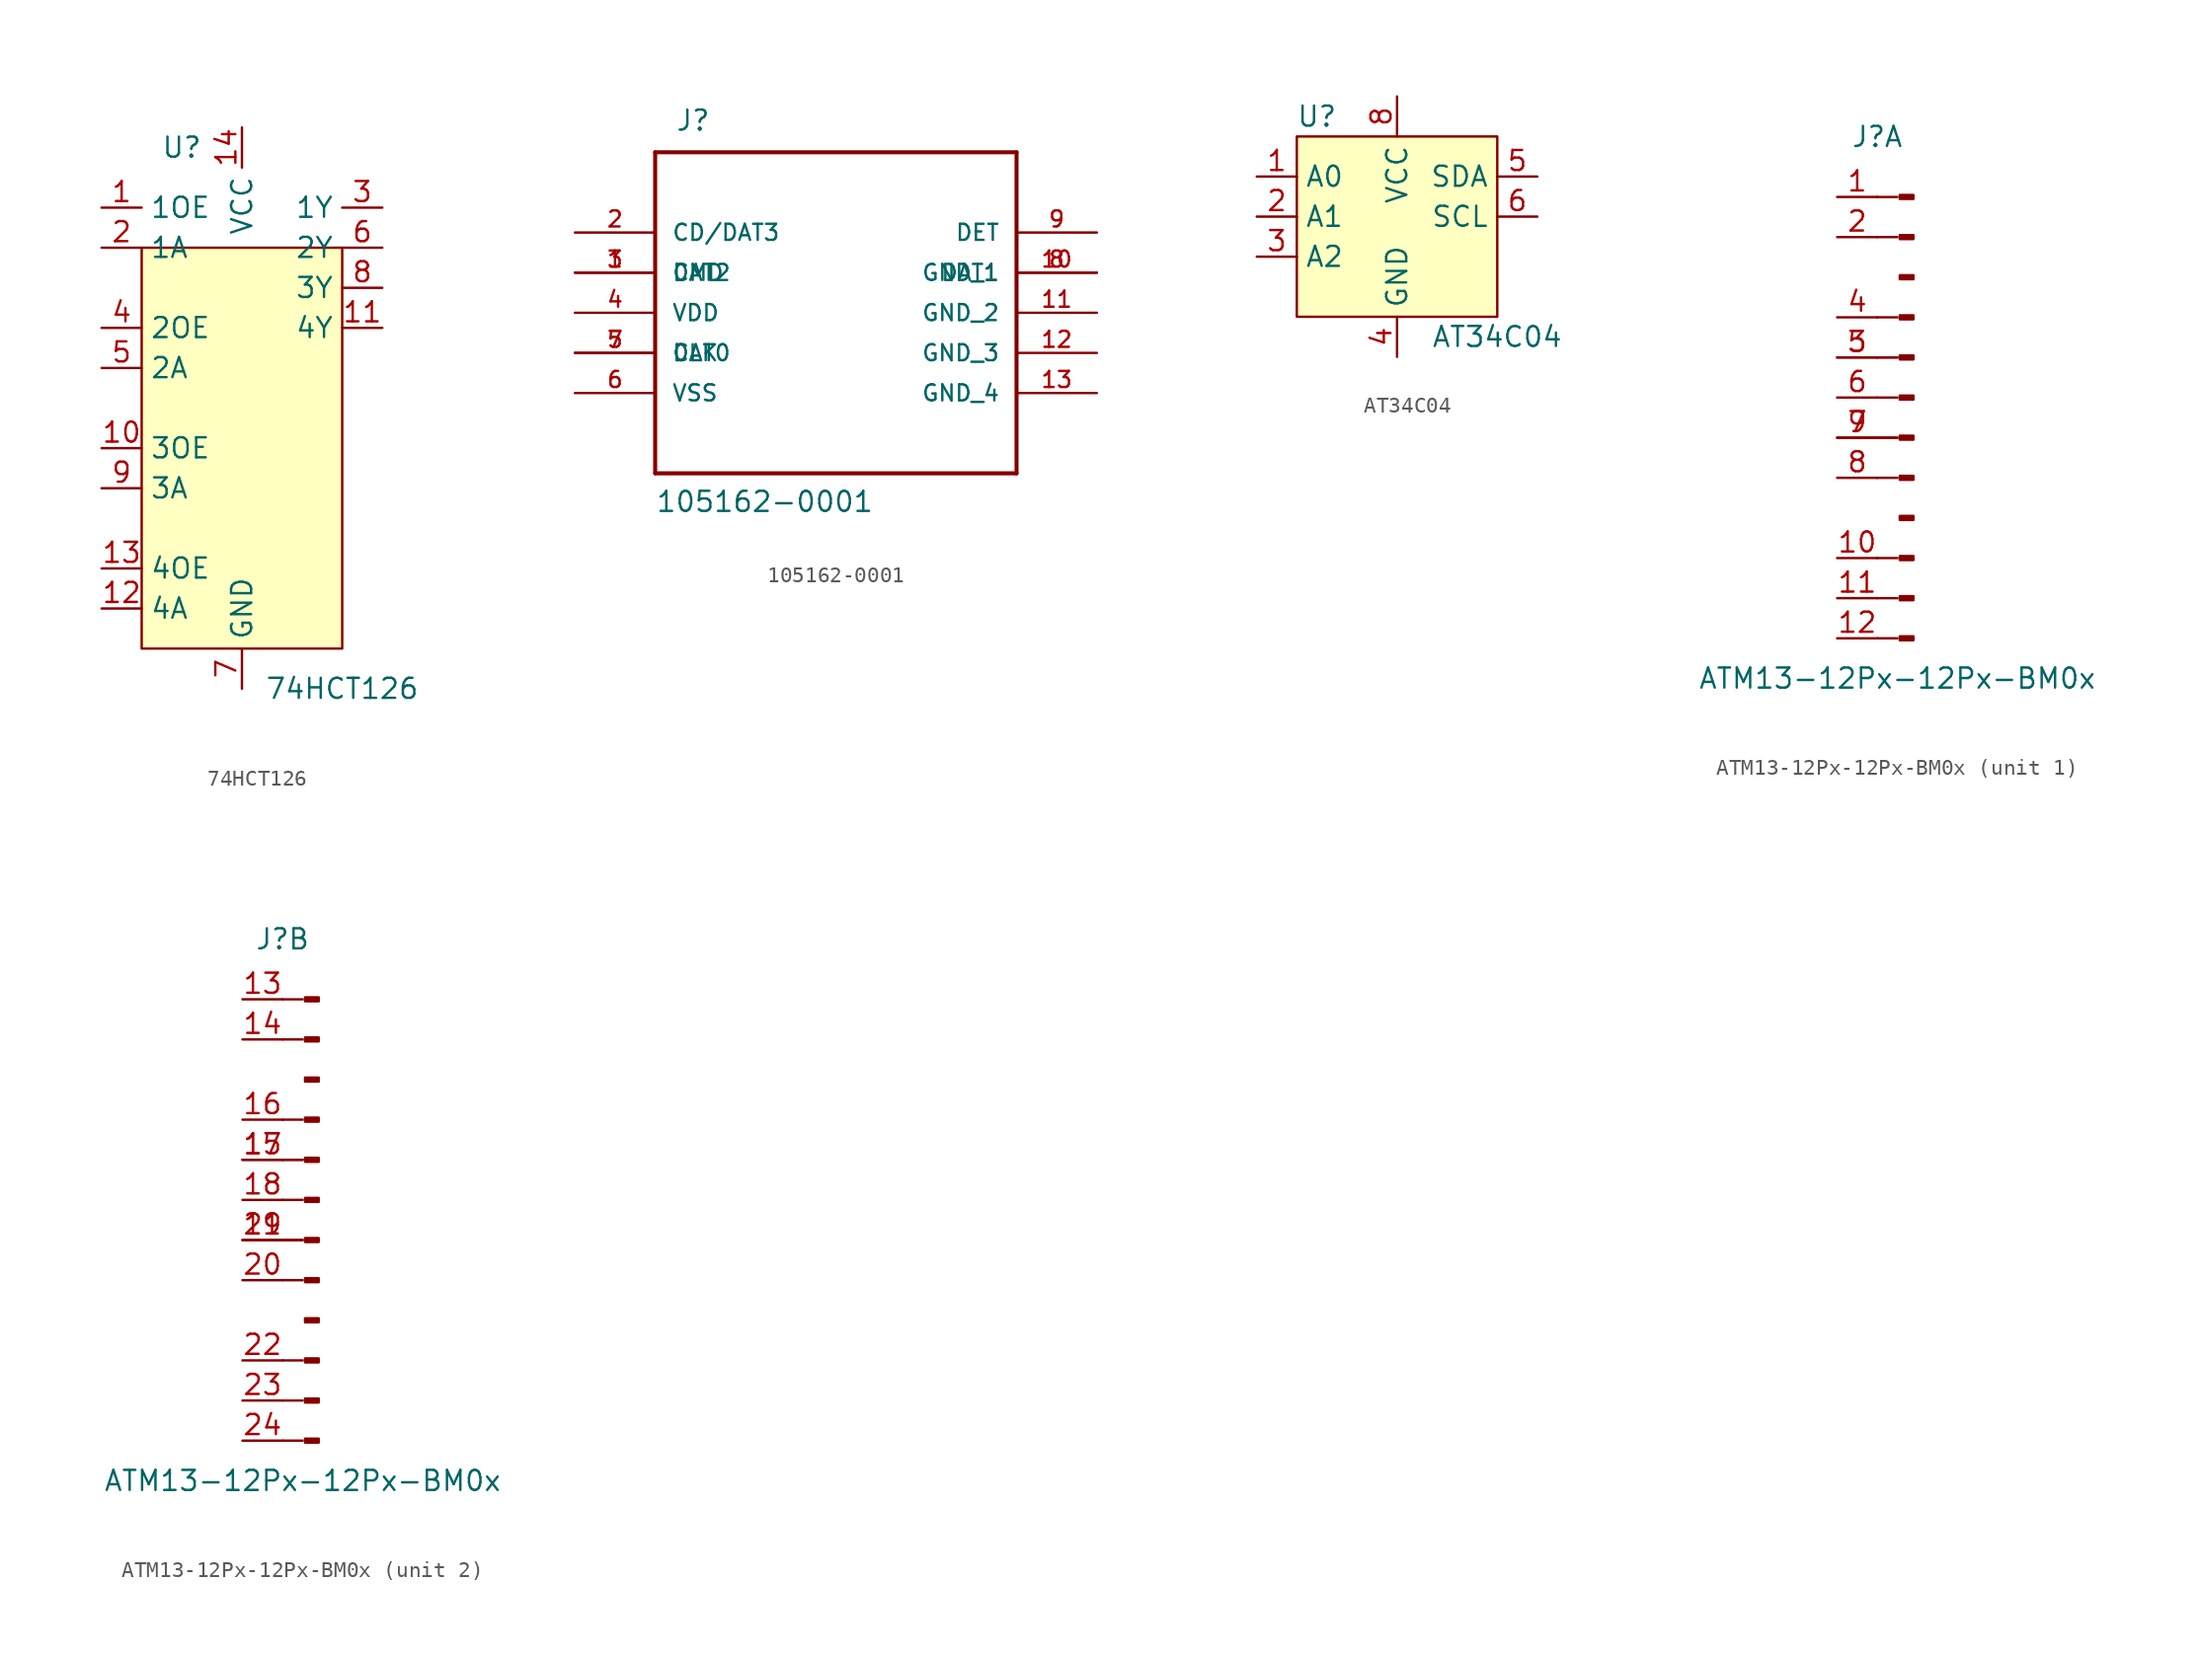
<source format=kicad_sym>
(kicad_symbol_lib
  (version 20211014)
  (generator kicad_symbol_editor)
  (symbol "74HCT126"
    (property "Reference" "U"
      (at -3.81 8.89 0)
      (effects (font (size 1.27 1.27))))
    (property "Value" "74HCT126"
      (at 6.35 -25.4 0)
      (effects (font (size 1.27 1.27))))
    (symbol "74HCT126_0_1"
      (rectangle (start -6.35 2.54) (end 6.35 -22.86) (stroke (width 0.152) (type default) (color 0 0 0 0)) (fill (type background))))
    (symbol "74HCT126_1_1"
      (pin input line (at -8.89 5.08 0) (length 2.54) (name "1OE" (effects (font (size 1.27 1.27)))) (number "1" (effects (font (size 1.27 1.27)))))
      (pin input line (at -8.89 -10.16 0) (length 2.54) (name "3OE" (effects (font (size 1.27 1.27)))) (number "10" (effects (font (size 1.27 1.27)))))
      (pin input line (at 8.89 -2.54 180) (length 2.54) (name "4Y" (effects (font (size 1.27 1.27)))) (number "11" (effects (font (size 1.27 1.27)))))
      (pin input line (at -8.89 -20.32 0) (length 2.54) (name "4A" (effects (font (size 1.27 1.27)))) (number "12" (effects (font (size 1.27 1.27)))))
      (pin input line (at -8.89 -17.78 0) (length 2.54) (name "4OE" (effects (font (size 1.27 1.27)))) (number "13" (effects (font (size 1.27 1.27)))))
      (pin input line (at 0 10.16 270) (length 2.54) (name "VCC" (effects (font (size 1.27 1.27)))) (number "14" (effects (font (size 1.27 1.27)))))
      (pin input line (at -8.89 2.54 0) (length 2.54) (name "1A" (effects (font (size 1.27 1.27)))) (number "2" (effects (font (size 1.27 1.27)))))
      (pin input line (at 8.89 5.08 180) (length 2.54) (name "1Y" (effects (font (size 1.27 1.27)))) (number "3" (effects (font (size 1.27 1.27)))))
      (pin input line (at -8.89 -2.54 0) (length 2.54) (name "2OE" (effects (font (size 1.27 1.27)))) (number "4" (effects (font (size 1.27 1.27)))))
      (pin input line (at -8.89 -5.08 0) (length 2.54) (name "2A" (effects (font (size 1.27 1.27)))) (number "5" (effects (font (size 1.27 1.27)))))
      (pin input line (at 8.89 2.54 180) (length 2.54) (name "2Y" (effects (font (size 1.27 1.27)))) (number "6" (effects (font (size 1.27 1.27)))))
      (pin input line (at 0 -25.4 90) (length 2.54) (name "GND" (effects (font (size 1.27 1.27)))) (number "7" (effects (font (size 1.27 1.27)))))
      (pin input line (at 8.89 0 180) (length 2.54) (name "3Y" (effects (font (size 1.27 1.27)))) (number "8" (effects (font (size 1.27 1.27)))))
      (pin input line (at -8.89 -12.7 0) (length 2.54) (name "3A" (effects (font (size 1.27 1.27)))) (number "9" (effects (font (size 1.27 1.27)))))))
  (symbol "105162-0001"
    (pin_names
      (offset 1.016))
    (property "Reference" "J"
      (at -10.16 11.43 0)
      (effects (font (size 1.27 1.27)) (justify left bottom)))
    (property "Value" "105162-0001"
      (at -11.43 -12.7 0)
      (effects (font (size 1.27 1.27)) (justify left bottom)))
    (symbol "105162-0001_0_0"
      (polyline (pts (xy -11.43 10.16) (xy -11.43 -10.16)) (stroke (width 0.254) (type default) (color 0 0 0 0)) (fill (type none)))
      (polyline (pts (xy -11.43 10.16) (xy 11.43 10.16)) (stroke (width 0.254) (type default) (color 0 0 0 0)) (fill (type none)))
      (polyline (pts (xy 11.43 -10.16) (xy -11.43 -10.16)) (stroke (width 0.254) (type default) (color 0 0 0 0)) (fill (type none)))
      (polyline (pts (xy 11.43 -10.16) (xy 11.43 10.16)) (stroke (width 0.254) (type default) (color 0 0 0 0)) (fill (type none)))
      (pin bidirectional line (at -16.51 2.54 0) (length 5.08) (name "DAT2" (effects (font (size 1.016 1.016)))) (number "1" (effects (font (size 1.016 1.016)))))
      (pin input line (at 16.51 2.54 180) (length 5.08) (name "GND_1" (effects (font (size 1.016 1.016)))) (number "10" (effects (font (size 1.016 1.016)))))
      (pin input line (at 16.51 0 180) (length 5.08) (name "GND_2" (effects (font (size 1.016 1.016)))) (number "11" (effects (font (size 1.016 1.016)))))
      (pin input line (at 16.51 -2.54 180) (length 5.08) (name "GND_3" (effects (font (size 1.016 1.016)))) (number "12" (effects (font (size 1.016 1.016)))))
      (pin input line (at 16.51 -5.08 180) (length 5.08) (name "GND_4" (effects (font (size 1.016 1.016)))) (number "13" (effects (font (size 1.016 1.016)))))
      (pin bidirectional line (at -16.51 5.08 0) (length 5.08) (name "CD/DAT3" (effects (font (size 1.016 1.016)))) (number "2" (effects (font (size 1.016 1.016)))))
      (pin bidirectional line (at -16.51 2.54 0) (length 5.08) (name "CMD" (effects (font (size 1.016 1.016)))) (number "3" (effects (font (size 1.016 1.016)))))
      (pin input line (at -16.51 0 0) (length 5.08) (name "VDD" (effects (font (size 1.016 1.016)))) (number "4" (effects (font (size 1.016 1.016)))))
      (pin bidirectional line (at -16.51 -2.54 0) (length 5.08) (name "CLK" (effects (font (size 1.016 1.016)))) (number "5" (effects (font (size 1.016 1.016)))))
      (pin input line (at -16.51 -5.08 0) (length 5.08) (name "VSS" (effects (font (size 1.016 1.016)))) (number "6" (effects (font (size 1.016 1.016)))))
      (pin bidirectional line (at -16.51 -2.54 0) (length 5.08) (name "DAT0" (effects (font (size 1.016 1.016)))) (number "7" (effects (font (size 1.016 1.016)))))
      (pin bidirectional line (at 16.51 2.54 180) (length 5.08) (name "DAT1" (effects (font (size 1.016 1.016)))) (number "8" (effects (font (size 1.016 1.016)))))
      (pin input line (at 16.51 5.08 180) (length 5.08) (name "DET" (effects (font (size 1.016 1.016)))) (number "9" (effects (font (size 1.016 1.016)))))))
  (symbol "AT34C04"
    (property "Reference" "U"
      (at -5.08 6.35 0)
      (effects (font (size 1.27 1.27))))
    (property "Value" "AT34C04"
      (at 6.35 -7.62 0)
      (effects (font (size 1.27 1.27))))
    (symbol "AT34C04_0_1"
      (rectangle (start -6.35 5.08) (end 6.35 -6.35) (stroke (width 0.152) (type default) (color 0 0 0 0)) (fill (type background))))
    (symbol "AT34C04_1_1"
      (pin input line (at -8.89 2.54 0) (length 2.54) (name "A0" (effects (font (size 1.27 1.27)))) (number "1" (effects (font (size 1.27 1.27)))))
      (pin input line (at -8.89 0 0) (length 2.54) (name "A1" (effects (font (size 1.27 1.27)))) (number "2" (effects (font (size 1.27 1.27)))))
      (pin input line (at -8.89 -2.54 0) (length 2.54) (name "A2" (effects (font (size 1.27 1.27)))) (number "3" (effects (font (size 1.27 1.27)))))
      (pin input line (at 0 -8.89 90) (length 2.54) (name "GND" (effects (font (size 1.27 1.27)))) (number "4" (effects (font (size 1.27 1.27)))))
      (pin input line (at 8.89 2.54 180) (length 2.54) (name "SDA" (effects (font (size 1.27 1.27)))) (number "5" (effects (font (size 1.27 1.27)))))
      (pin input line (at 8.89 0 180) (length 2.54) (name "SCL" (effects (font (size 1.27 1.27)))) (number "6" (effects (font (size 1.27 1.27)))))
      (pin no_connect line (at 8.89 -2.54 180) (length 2.54) hide (name "NC" (effects (font (size 1.27 1.27)))) (number "7" (effects (font (size 1.27 1.27)))))
      (pin input line (at 0 7.62 270) (length 2.54) (name "VCC" (effects (font (size 1.27 1.27)))) (number "8" (effects (font (size 1.27 1.27)))))))
  (symbol "ATM13-12Px-12Px-BM0x"
    (property "Reference" "J"
      (at -1.27 16.51 0)
      (effects (font (size 1.27 1.27))))
    (property "Value" "ATM13-12Px-12Px-BM0x"
      (at 0 -17.78 0)
      (effects (font (size 1.27 1.27))))
    (property "ki_locked" ""
      (at 0 0 0)
      (effects (font (size 1.27 1.27))))
    (symbol "ATM13-12Px-12Px-BM0x_0_1"
      (polyline (pts (xy 0 -15.24) (xy -1.27 -15.24)) (stroke (width 0.152) (type default) (color 0 0 0 0)) (fill (type none)))
      (polyline (pts (xy 0 -12.7) (xy -1.27 -12.7)) (stroke (width 0.152) (type default) (color 0 0 0 0)) (fill (type none)))
      (polyline (pts (xy 0 -10.16) (xy -1.27 -10.16)) (stroke (width 0.152) (type default) (color 0 0 0 0)) (fill (type none)))
      (polyline (pts (xy 0 -5.08) (xy -1.27 -5.08)) (stroke (width 0.152) (type default) (color 0 0 0 0)) (fill (type none)))
      (polyline (pts (xy 0 -2.54) (xy -1.27 -2.54)) (stroke (width 0.152) (type default) (color 0 0 0 0)) (fill (type none)))
      (polyline (pts (xy 0 -2.54) (xy -1.27 -2.54)) (stroke (width 0.152) (type default) (color 0 0 0 0)) (fill (type none)))
      (polyline (pts (xy 0 0) (xy -1.27 0)) (stroke (width 0.152) (type default) (color 0 0 0 0)) (fill (type none)))
      (polyline (pts (xy 0 2.54) (xy -1.27 2.54)) (stroke (width 0.152) (type default) (color 0 0 0 0)) (fill (type none)))
      (polyline (pts (xy 0 2.54) (xy -1.27 2.54)) (stroke (width 0.152) (type default) (color 0 0 0 0)) (fill (type none)))
      (polyline (pts (xy 0 5.08) (xy -1.27 5.08)) (stroke (width 0.152) (type default) (color 0 0 0 0)) (fill (type none)))
      (polyline (pts (xy 0 10.16) (xy -1.27 10.16)) (stroke (width 0.152) (type default) (color 0 0 0 0)) (fill (type none)))
      (polyline (pts (xy 0 12.7) (xy -1.27 12.7)) (stroke (width 0.152) (type default) (color 0 0 0 0)) (fill (type none))))
    (symbol "ATM13-12Px-12Px-BM0x_1_1"
      (rectangle (start 1.016 -15.113) (end 0.152 -15.367) (stroke (width 0.152) (type default) (color 0 0 0 0)) (fill (type outline)))
      (rectangle (start 1.016 -12.573) (end 0.152 -12.827) (stroke (width 0.152) (type default) (color 0 0 0 0)) (fill (type outline)))
      (rectangle (start 1.016 -10.033) (end 0.152 -10.287) (stroke (width 0.152) (type default) (color 0 0 0 0)) (fill (type outline)))
      (rectangle (start 1.016 -7.493) (end 0.152 -7.747) (stroke (width 0.152) (type default) (color 0 0 0 0)) (fill (type outline)))
      (rectangle (start 1.016 -4.953) (end 0.152 -5.207) (stroke (width 0.152) (type default) (color 0 0 0 0)) (fill (type outline)))
      (rectangle (start 1.016 -2.413) (end 0.152 -2.667) (stroke (width 0.152) (type default) (color 0 0 0 0)) (fill (type outline)))
      (rectangle (start 1.016 0.127) (end 0.152 -0.127) (stroke (width 0.152) (type default) (color 0 0 0 0)) (fill (type outline)))
      (rectangle (start 1.016 2.667) (end 0.152 2.413) (stroke (width 0.152) (type default) (color 0 0 0 0)) (fill (type outline)))
      (rectangle (start 1.016 5.207) (end 0.152 4.953) (stroke (width 0.152) (type default) (color 0 0 0 0)) (fill (type outline)))
      (rectangle (start 1.016 7.747) (end 0.152 7.493) (stroke (width 0.152) (type default) (color 0 0 0 0)) (fill (type outline)))
      (rectangle (start 1.016 10.287) (end 0.152 10.033) (stroke (width 0.152) (type default) (color 0 0 0 0)) (fill (type outline)))
      (rectangle (start 1.016 12.827) (end 0.152 12.573) (stroke (width 0.152) (type default) (color 0 0 0 0)) (fill (type outline)))
      (pin passive line (at -3.81 12.7 0) (length 2.54) (name "" (effects (font (size 1.27 1.27)))) (number "1" (effects (font (size 1.27 1.27)))))
      (pin passive line (at -3.81 -10.16 0) (length 2.54) (name "" (effects (font (size 1.27 1.27)))) (number "10" (effects (font (size 1.27 1.27)))))
      (pin passive line (at -3.81 -12.7 0) (length 2.54) (name "" (effects (font (size 1.27 1.27)))) (number "11" (effects (font (size 1.27 1.27)))))
      (pin passive line (at -3.81 -15.24 0) (length 2.54) (name "" (effects (font (size 1.27 1.27)))) (number "12" (effects (font (size 1.27 1.27)))))
      (pin passive line (at -3.81 10.16 0) (length 2.54) (name "" (effects (font (size 1.27 1.27)))) (number "2" (effects (font (size 1.27 1.27)))))
      (pin passive line (at -3.81 2.54 0) (length 2.54) (name "" (effects (font (size 1.27 1.27)))) (number "3" (effects (font (size 1.27 1.27)))))
      (pin passive line (at -3.81 5.08 0) (length 2.54) (name "" (effects (font (size 1.27 1.27)))) (number "4" (effects (font (size 1.27 1.27)))))
      (pin passive line (at -3.81 2.54 0) (length 2.54) (name "" (effects (font (size 1.27 1.27)))) (number "5" (effects (font (size 1.27 1.27)))))
      (pin passive line (at -3.81 0 0) (length 2.54) (name "" (effects (font (size 1.27 1.27)))) (number "6" (effects (font (size 1.27 1.27)))))
      (pin passive line (at -3.81 -2.54 0) (length 2.54) (name "" (effects (font (size 1.27 1.27)))) (number "7" (effects (font (size 1.27 1.27)))))
      (pin passive line (at -3.81 -5.08 0) (length 2.54) (name "" (effects (font (size 1.27 1.27)))) (number "8" (effects (font (size 1.27 1.27)))))
      (pin passive line (at -3.81 -2.54 0) (length 2.54) (name "" (effects (font (size 1.27 1.27)))) (number "9" (effects (font (size 1.27 1.27))))))
    (symbol "ATM13-12Px-12Px-BM0x_2_1"
      (rectangle (start 1.016 -15.113) (end 0.152 -15.367) (stroke (width 0.152) (type default) (color 0 0 0 0)) (fill (type outline)))
      (rectangle (start 1.016 -12.573) (end 0.152 -12.827) (stroke (width 0.152) (type default) (color 0 0 0 0)) (fill (type outline)))
      (rectangle (start 1.016 -10.033) (end 0.152 -10.287) (stroke (width 0.152) (type default) (color 0 0 0 0)) (fill (type outline)))
      (rectangle (start 1.016 -7.493) (end 0.152 -7.747) (stroke (width 0.152) (type default) (color 0 0 0 0)) (fill (type outline)))
      (rectangle (start 1.016 -4.953) (end 0.152 -5.207) (stroke (width 0.152) (type default) (color 0 0 0 0)) (fill (type outline)))
      (rectangle (start 1.016 -2.413) (end 0.152 -2.667) (stroke (width 0.152) (type default) (color 0 0 0 0)) (fill (type outline)))
      (rectangle (start 1.016 0.127) (end 0.152 -0.127) (stroke (width 0.152) (type default) (color 0 0 0 0)) (fill (type outline)))
      (rectangle (start 1.016 2.667) (end 0.152 2.413) (stroke (width 0.152) (type default) (color 0 0 0 0)) (fill (type outline)))
      (rectangle (start 1.016 5.207) (end 0.152 4.953) (stroke (width 0.152) (type default) (color 0 0 0 0)) (fill (type outline)))
      (rectangle (start 1.016 7.747) (end 0.152 7.493) (stroke (width 0.152) (type default) (color 0 0 0 0)) (fill (type outline)))
      (rectangle (start 1.016 10.287) (end 0.152 10.033) (stroke (width 0.152) (type default) (color 0 0 0 0)) (fill (type outline)))
      (rectangle (start 1.016 12.827) (end 0.152 12.573) (stroke (width 0.152) (type default) (color 0 0 0 0)) (fill (type outline)))
      (pin passive line (at -3.81 12.7 0) (length 2.54) (name "" (effects (font (size 1.27 1.27)))) (number "13" (effects (font (size 1.27 1.27)))))
      (pin passive line (at -3.81 10.16 0) (length 2.54) (name "" (effects (font (size 1.27 1.27)))) (number "14" (effects (font (size 1.27 1.27)))))
      (pin passive line (at -3.81 2.54 0) (length 2.54) (name "" (effects (font (size 1.27 1.27)))) (number "15" (effects (font (size 1.27 1.27)))))
      (pin passive line (at -3.81 5.08 0) (length 2.54) (name "" (effects (font (size 1.27 1.27)))) (number "16" (effects (font (size 1.27 1.27)))))
      (pin passive line (at -3.81 2.54 0) (length 2.54) (name "" (effects (font (size 1.27 1.27)))) (number "17" (effects (font (size 1.27 1.27)))))
      (pin passive line (at -3.81 0 0) (length 2.54) (name "" (effects (font (size 1.27 1.27)))) (number "18" (effects (font (size 1.27 1.27)))))
      (pin passive line (at -3.81 -2.54 0) (length 2.54) (name "" (effects (font (size 1.27 1.27)))) (number "19" (effects (font (size 1.27 1.27)))))
      (pin passive line (at -3.81 -5.08 0) (length 2.54) (name "" (effects (font (size 1.27 1.27)))) (number "20" (effects (font (size 1.27 1.27)))))
      (pin passive line (at -3.81 -2.54 0) (length 2.54) (name "" (effects (font (size 1.27 1.27)))) (number "21" (effects (font (size 1.27 1.27)))))
      (pin passive line (at -3.81 -10.16 0) (length 2.54) (name "" (effects (font (size 1.27 1.27)))) (number "22" (effects (font (size 1.27 1.27)))))
      (pin passive line (at -3.81 -12.7 0) (length 2.54) (name "" (effects (font (size 1.27 1.27)))) (number "23" (effects (font (size 1.27 1.27)))))
      (pin passive line (at -3.81 -15.24 0) (length 2.54) (name "" (effects (font (size 1.27 1.27)))) (number "24" (effects (font (size 1.27 1.27))))))))
</source>
